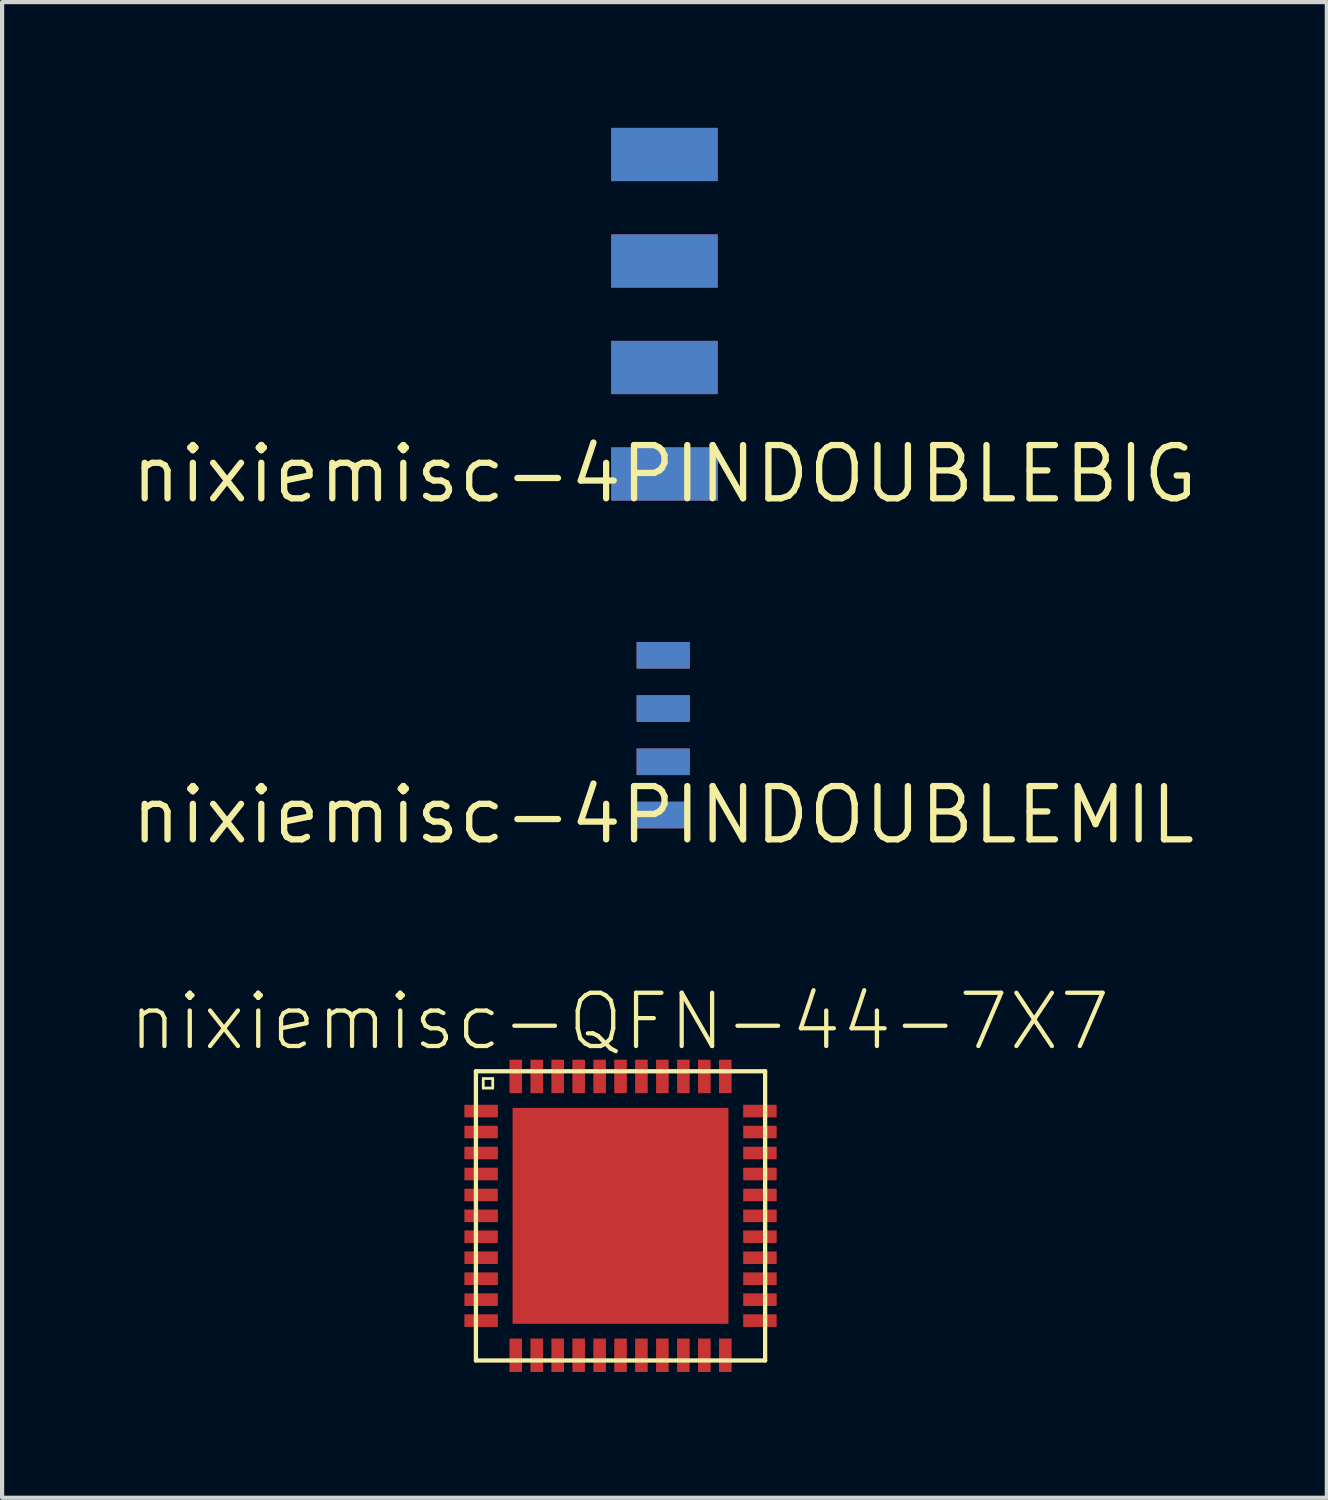
<source format=kicad_pcb>
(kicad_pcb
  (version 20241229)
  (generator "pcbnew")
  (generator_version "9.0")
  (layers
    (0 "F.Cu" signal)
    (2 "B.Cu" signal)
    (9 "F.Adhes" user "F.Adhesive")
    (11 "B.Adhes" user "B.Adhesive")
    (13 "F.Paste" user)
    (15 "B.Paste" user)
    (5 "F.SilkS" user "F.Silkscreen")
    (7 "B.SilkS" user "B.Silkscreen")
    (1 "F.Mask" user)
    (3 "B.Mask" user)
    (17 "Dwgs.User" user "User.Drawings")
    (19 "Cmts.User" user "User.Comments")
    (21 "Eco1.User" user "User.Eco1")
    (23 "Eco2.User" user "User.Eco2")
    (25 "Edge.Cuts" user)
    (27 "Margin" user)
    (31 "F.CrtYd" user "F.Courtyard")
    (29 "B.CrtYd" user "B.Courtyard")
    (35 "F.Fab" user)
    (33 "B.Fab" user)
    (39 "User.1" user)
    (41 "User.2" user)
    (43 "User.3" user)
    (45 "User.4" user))
  (footprint "nixiemisc-4PINDOUBLEMIL"
    (layer "F.Cu")
    (at 12.768 16.389)
    (property "Reference" "nixiemisc-4PINDOUBLEMIL" (at 0 0 0) (layer "F.SilkS") (effects (font (size 1.27 1.27) (thickness 0.15))))
    (attr smd)
    (pad "P$1" smd rect (at 0 0) (size 1.27 0.635) (layers "F.Cu" "F.Mask" "F.Paste"))
    (pad "P$2" smd rect (at 0 -1.27) (size 1.27 0.635) (layers "F.Cu" "F.Mask" "F.Paste"))
    (pad "P$3" smd rect (at 0 -2.54) (size 1.27 0.635) (layers "F.Cu" "F.Mask" "F.Paste"))
    (pad "P$4" smd rect (at 0 -3.81) (size 1.27 0.635) (layers "F.Cu" "F.Mask" "F.Paste"))
    (pad "P$5" smd rect (at 0 0) (size 1.27 0.635) (layers "B.Cu" "B.Mask"))
    (pad "P$6" smd rect (at 0 -1.27) (size 1.27 0.635) (layers "B.Cu" "B.Mask"))
    (pad "P$7" smd rect (at 0 -2.54) (size 1.27 0.635) (layers "B.Cu" "B.Mask"))
    (pad "P$8" smd rect (at 0 -3.81) (size 1.27 0.635) (layers "B.Cu" "B.Mask")))
  (footprint "nixiemisc-4PINDOUBLEBIG"
    (layer "F.Cu")
    (at 12.798 8.255)
    (property "Reference" "nixiemisc-4PINDOUBLEBIG" (at 0 0 0) (layer "F.SilkS") (effects (font (size 1.27 1.27) (thickness 0.15))))
    (attr smd)
    (pad "P$1" smd rect (at 0 0) (size 2.54 1.27) (layers "F.Cu" "F.Mask" "F.Paste"))
    (pad "P$2" smd rect (at 0 -2.54) (size 2.54 1.27) (layers "F.Cu" "F.Mask" "F.Paste"))
    (pad "P$3" smd rect (at 0 -5.08) (size 2.54 1.27) (layers "F.Cu" "F.Mask" "F.Paste"))
    (pad "P$4" smd rect (at 0 -7.62) (size 2.54 1.27) (layers "F.Cu" "F.Mask" "F.Paste"))
    (pad "P$5" smd rect (at 0 0) (size 2.54 1.27) (layers "B.Cu" "B.Mask"))
    (pad "P$6" smd rect (at 0 -2.54) (size 2.54 1.27) (layers "B.Cu" "B.Mask"))
    (pad "P$7" smd rect (at 0 -5.08) (size 2.54 1.27) (layers "B.Cu" "B.Mask"))
    (pad "P$8" smd rect (at 0 -7.62) (size 2.54 1.27) (layers "B.Cu" "B.Mask")))
  (footprint "nixiemisc-QFN-44-7X7"
    (layer "F.Cu")
    (at 11.75 25.949)
    (property "Reference" "nixiemisc-QFN-44-7X7" (at -0.023 -4.633 0) (layer "F.SilkS") (effects (font (size 1.27 1.27) (thickness 0.102))))
    (attr smd)
    (fp_line (start -3.449 -3.449) (end 3.449 -3.449) (stroke (width 0.102) (type solid)) (layer "F.SilkS"))
    (fp_line (start -3.449 3.449) (end -3.449 -3.449) (stroke (width 0.102) (type solid)) (layer "F.SilkS"))
    (fp_line (start -3.274 -3.274) (end -3.048 -3.274) (stroke (width 0.066) (type solid)) (layer "F.SilkS"))
    (fp_line (start -3.274 -3.048) (end -3.274 -3.274) (stroke (width 0.066) (type solid)) (layer "F.SilkS"))
    (fp_line (start -3.274 -3.048) (end -3.048 -3.048) (stroke (width 0.066) (type solid)) (layer "F.SilkS"))
    (fp_line (start -3.048 -3.048) (end -3.048 -3.274) (stroke (width 0.066) (type solid)) (layer "F.SilkS"))
    (fp_line (start 3.449 -3.449) (end 3.449 3.449) (stroke (width 0.102) (type solid)) (layer "F.SilkS"))
    (fp_line (start 3.449 3.449) (end -3.449 3.449) (stroke (width 0.102) (type solid)) (layer "F.SilkS"))
    (pad "1" smd rect (at -3.325 -2.499) (size 0.798 0.3) (layers "F.Cu" "F.Mask" "F.Paste"))
    (pad "2" smd rect (at -3.325 -1.999) (size 0.798 0.3) (layers "F.Cu" "F.Mask" "F.Paste"))
    (pad "3" smd rect (at -3.325 -1.499) (size 0.798 0.3) (layers "F.Cu" "F.Mask" "F.Paste"))
    (pad "4" smd rect (at -3.325 -0.998) (size 0.798 0.3) (layers "F.Cu" "F.Mask" "F.Paste"))
    (pad "5" smd rect (at -3.325 -0.498) (size 0.798 0.3) (layers "F.Cu" "F.Mask" "F.Paste"))
    (pad "6" smd rect (at -3.325 0) (size 0.798 0.3) (layers "F.Cu" "F.Mask" "F.Paste"))
    (pad "7" smd rect (at -3.325 0.498) (size 0.798 0.3) (layers "F.Cu" "F.Mask" "F.Paste"))
    (pad "8" smd rect (at -3.325 0.998) (size 0.798 0.3) (layers "F.Cu" "F.Mask" "F.Paste"))
    (pad "9" smd rect (at -3.325 1.499) (size 0.798 0.3) (layers "F.Cu" "F.Mask" "F.Paste"))
    (pad "10" smd rect (at -3.325 1.999) (size 0.798 0.3) (layers "F.Cu" "F.Mask" "F.Paste"))
    (pad "11" smd rect (at -3.325 2.499) (size 0.798 0.3) (layers "F.Cu" "F.Mask" "F.Paste"))
    (pad "12" smd rect (at -2.499 3.325 90) (size 0.798 0.3) (layers "F.Cu" "F.Mask" "F.Paste"))
    (pad "13" smd rect (at -1.999 3.325 90) (size 0.798 0.3) (layers "F.Cu" "F.Mask" "F.Paste"))
    (pad "14" smd rect (at -1.499 3.325 90) (size 0.798 0.3) (layers "F.Cu" "F.Mask" "F.Paste"))
    (pad "15" smd rect (at -0.998 3.325 90) (size 0.798 0.3) (layers "F.Cu" "F.Mask" "F.Paste"))
    (pad "16" smd rect (at -0.498 3.325 90) (size 0.798 0.3) (layers "F.Cu" "F.Mask" "F.Paste"))
    (pad "17" smd rect (at 0 3.325 90) (size 0.798 0.3) (layers "F.Cu" "F.Mask" "F.Paste"))
    (pad "18" smd rect (at 0.498 3.325 90) (size 0.798 0.3) (layers "F.Cu" "F.Mask" "F.Paste"))
    (pad "19" smd rect (at 0.998 3.325 90) (size 0.798 0.3) (layers "F.Cu" "F.Mask" "F.Paste"))
    (pad "20" smd rect (at 1.499 3.325 90) (size 0.798 0.3) (layers "F.Cu" "F.Mask" "F.Paste"))
    (pad "21" smd rect (at 1.999 3.325 90) (size 0.798 0.3) (layers "F.Cu" "F.Mask" "F.Paste"))
    (pad "22" smd rect (at 2.499 3.325 90) (size 0.798 0.3) (layers "F.Cu" "F.Mask" "F.Paste"))
    (pad "23" smd rect (at 3.325 2.499 180) (size 0.798 0.3) (layers "F.Cu" "F.Mask" "F.Paste"))
    (pad "24" smd rect (at 3.325 1.999 180) (size 0.798 0.3) (layers "F.Cu" "F.Mask" "F.Paste"))
    (pad "25" smd rect (at 3.325 1.499 180) (size 0.798 0.3) (layers "F.Cu" "F.Mask" "F.Paste"))
    (pad "26" smd rect (at 3.325 0.998 180) (size 0.798 0.3) (layers "F.Cu" "F.Mask" "F.Paste"))
    (pad "27" smd rect (at 3.325 0.498 180) (size 0.798 0.3) (layers "F.Cu" "F.Mask" "F.Paste"))
    (pad "28" smd rect (at 3.325 0 180) (size 0.798 0.3) (layers "F.Cu" "F.Mask" "F.Paste"))
    (pad "29" smd rect (at 3.325 -0.498 180) (size 0.798 0.3) (layers "F.Cu" "F.Mask" "F.Paste"))
    (pad "30" smd rect (at 3.325 -0.998 180) (size 0.798 0.3) (layers "F.Cu" "F.Mask" "F.Paste"))
    (pad "31" smd rect (at 3.325 -1.499 180) (size 0.798 0.3) (layers "F.Cu" "F.Mask" "F.Paste"))
    (pad "32" smd rect (at 3.325 -1.999 180) (size 0.798 0.3) (layers "F.Cu" "F.Mask" "F.Paste"))
    (pad "33" smd rect (at 3.325 -2.499 180) (size 0.798 0.3) (layers "F.Cu" "F.Mask" "F.Paste"))
    (pad "34" smd rect (at 2.499 -3.325 270) (size 0.798 0.3) (layers "F.Cu" "F.Mask" "F.Paste"))
    (pad "35" smd rect (at 1.999 -3.325 270) (size 0.798 0.3) (layers "F.Cu" "F.Mask" "F.Paste"))
    (pad "36" smd rect (at 1.499 -3.325 270) (size 0.798 0.3) (layers "F.Cu" "F.Mask" "F.Paste"))
    (pad "37" smd rect (at 0.998 -3.325 270) (size 0.798 0.3) (layers "F.Cu" "F.Mask" "F.Paste"))
    (pad "38" smd rect (at 0.498 -3.325 270) (size 0.798 0.3) (layers "F.Cu" "F.Mask" "F.Paste"))
    (pad "39" smd rect (at 0 -3.325 270) (size 0.798 0.3) (layers "F.Cu" "F.Mask" "F.Paste"))
    (pad "40" smd rect (at -0.498 -3.325 270) (size 0.798 0.3) (layers "F.Cu" "F.Mask" "F.Paste"))
    (pad "41" smd rect (at -0.998 -3.325 270) (size 0.798 0.3) (layers "F.Cu" "F.Mask" "F.Paste"))
    (pad "42" smd rect (at -1.499 -3.325 270) (size 0.798 0.3) (layers "F.Cu" "F.Mask" "F.Paste"))
    (pad "43" smd rect (at -1.999 -3.325 270) (size 0.798 0.3) (layers "F.Cu" "F.Mask" "F.Paste"))
    (pad "44" smd rect (at -2.499 -3.325 270) (size 0.798 0.3) (layers "F.Cu" "F.Mask" "F.Paste"))
    (pad "EXP" smd rect (at 0 0) (size 5.149 5.149) (layers "F.Cu" "F.Mask" "F.Paste")))
  (gr_rect
    (start -3 -3)
    (end 28.596 32.673)
    (stroke (width 0.1) (type default))
    (fill no)
    (layer "Edge.Cuts")))
</source>
